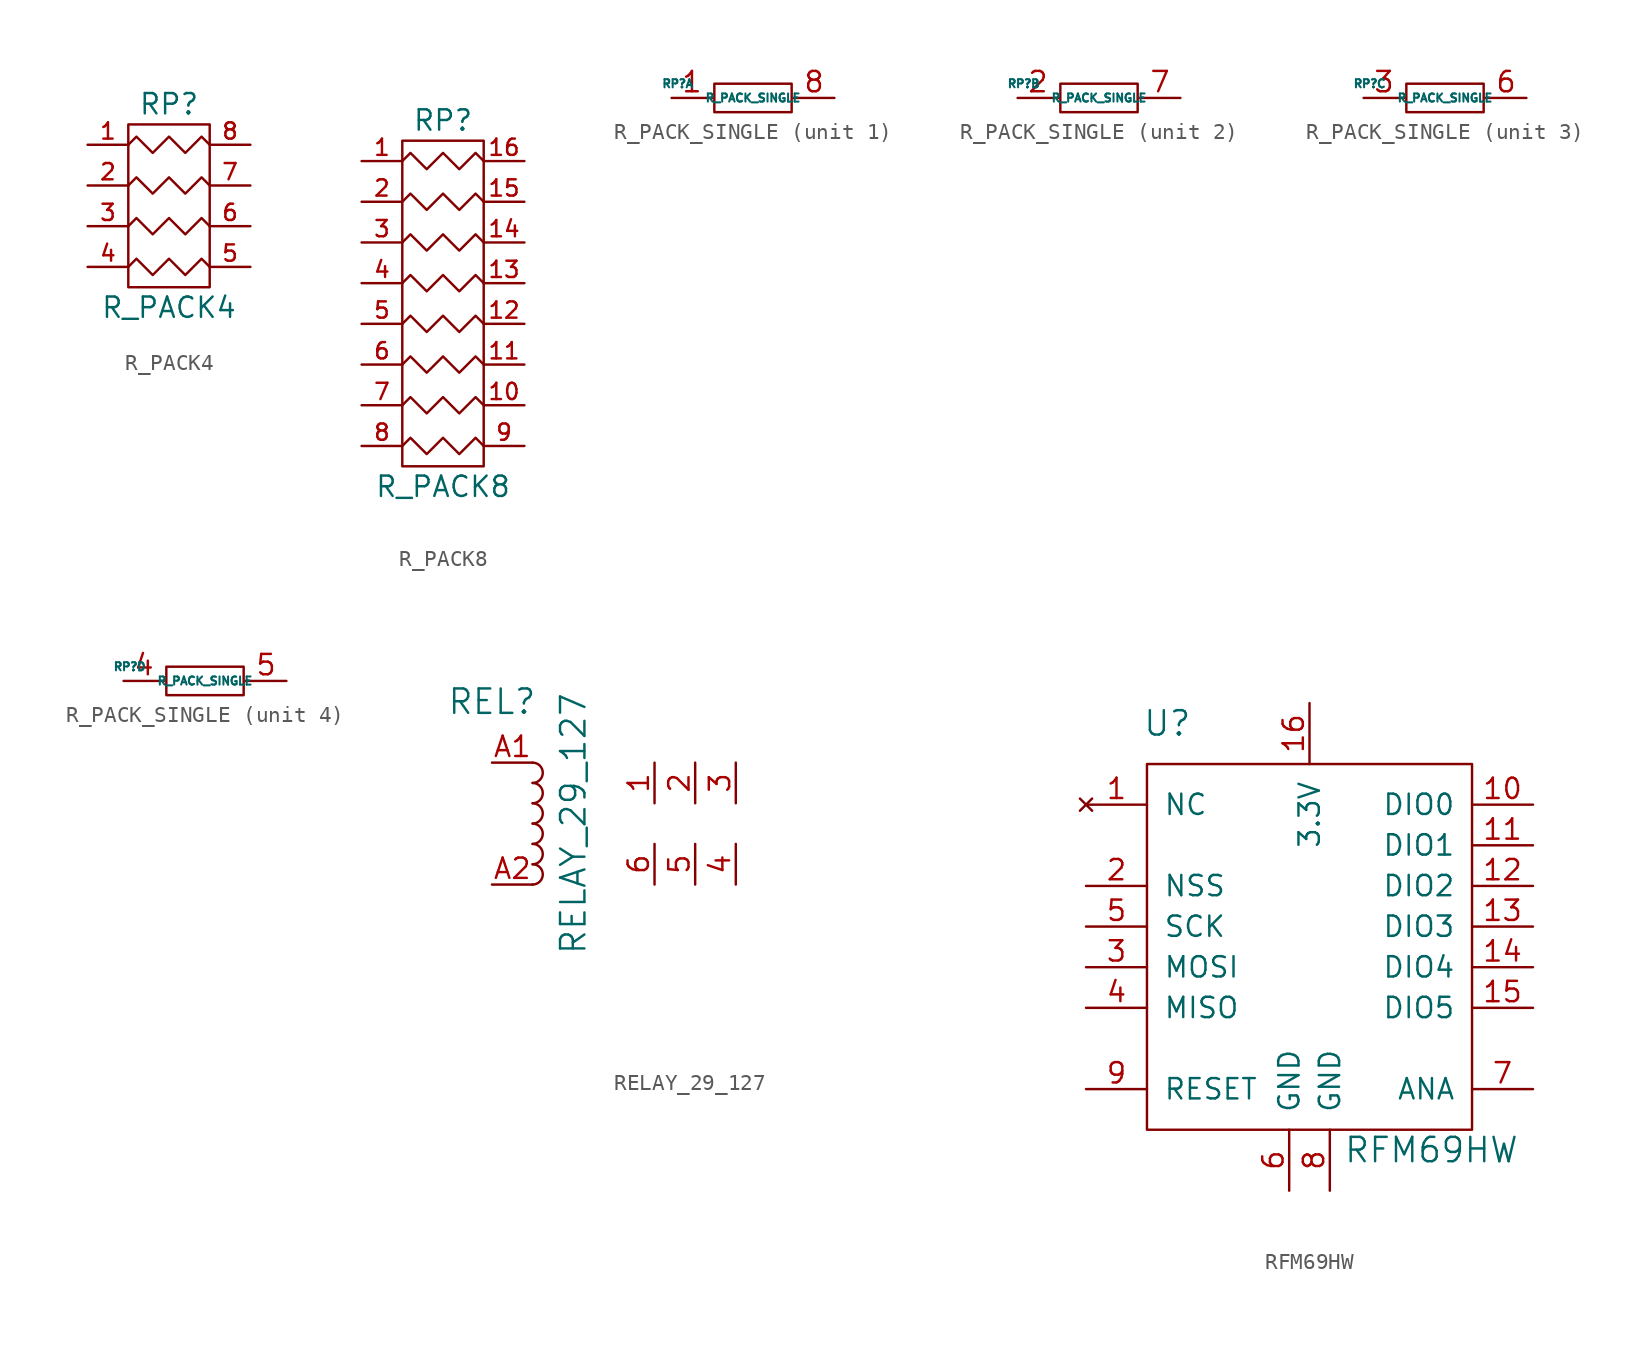
<source format=kicad_sym>
(kicad_symbol_lib
  (version 20210619)
  (generator kicad_symbol_editor)
  (symbol "tinkerforge:R_PACK4"
    (pin_names hide)
    (property "Reference" "RP"
      (at 0 11.43 0)
      (effects (font (size 1.27 1.27))))
    (property "Value" "R_PACK4"
      (at 0 -1.27 0)
      (effects (font (size 1.27 1.27))))
    (property "Footprint" ""
      (at 0 0 0)
      (effects (font (size 1.27 1.27))))
    (property "Datasheet" ""
      (at 0 0 0)
      (effects (font (size 1.27 1.27))))
    (symbol "R_PACK4_0_1"
      (polyline (pts (xy -2.54 10.16) (xy -2.54 0) (xy 2.54 0) (xy 2.54 10.16) (xy -2.54 10.16)) (stroke (width 0)) (fill (type none)))
      (polyline (pts (xy -2.54 1.27) (xy -2.032 1.778) (xy -1.016 0.762) (xy 0 1.778) (xy 1.016 0.762) (xy 2.032 1.778) (xy 2.54 1.27)) (stroke (width 0)) (fill (type none)))
      (polyline (pts (xy -2.54 3.81) (xy -2.032 4.318) (xy -1.016 3.302) (xy 0 4.318) (xy 1.016 3.302) (xy 2.032 4.318) (xy 2.54 3.81)) (stroke (width 0)) (fill (type none)))
      (polyline (pts (xy -2.54 6.35) (xy -2.032 6.858) (xy -1.016 5.842) (xy 0 6.858) (xy 1.016 5.842) (xy 2.032 6.858) (xy 2.54 6.35)) (stroke (width 0)) (fill (type none)))
      (polyline (pts (xy -2.54 8.89) (xy -2.032 9.398) (xy -1.016 8.382) (xy 0 9.398) (xy 1.016 8.382) (xy 2.032 9.398) (xy 2.54 8.89)) (stroke (width 0)) (fill (type none))))
    (symbol "R_PACK4_1_1"
      (pin passive line (at -5.08 8.89 0) (length 2.54) (name "P1" (effects (font (size 1.016 1.016)))) (number "1" (effects (font (size 1.016 1.016)))))
      (pin passive line (at -5.08 6.35 0) (length 2.54) (name "P2" (effects (font (size 1.016 1.016)))) (number "2" (effects (font (size 1.016 1.016)))))
      (pin passive line (at -5.08 3.81 0) (length 2.54) (name "P3" (effects (font (size 1.016 1.016)))) (number "3" (effects (font (size 1.016 1.016)))))
      (pin passive line (at -5.08 1.27 0) (length 2.54) (name "P4" (effects (font (size 1.016 1.016)))) (number "4" (effects (font (size 1.016 1.016)))))
      (pin passive line (at 5.08 1.27 180) (length 2.54) (name "R4" (effects (font (size 1.016 1.016)))) (number "5" (effects (font (size 1.016 1.016)))))
      (pin passive line (at 5.08 3.81 180) (length 2.54) (name "R3" (effects (font (size 1.016 1.016)))) (number "6" (effects (font (size 1.016 1.016)))))
      (pin passive line (at 5.08 6.35 180) (length 2.54) (name "R2" (effects (font (size 1.016 1.016)))) (number "7" (effects (font (size 1.016 1.016)))))
      (pin passive line (at 5.08 8.89 180) (length 2.54) (name "R1" (effects (font (size 1.016 1.016)))) (number "8" (effects (font (size 1.016 1.016)))))))
  (symbol "tinkerforge:R_PACK8"
    (pin_names hide)
    (property "Reference" "RP"
      (at 0 11.43 0)
      (effects (font (size 1.27 1.27))))
    (property "Value" "R_PACK8"
      (at 0 -11.43 0)
      (effects (font (size 1.27 1.27))))
    (property "Footprint" ""
      (at 0 0 0)
      (effects (font (size 1.27 1.27))))
    (property "Datasheet" ""
      (at 0 0 0)
      (effects (font (size 1.27 1.27))))
    (symbol "R_PACK8_0_1"
      (rectangle (start -2.54 10.16) (end 2.54 -10.16) (stroke (width 0)) (fill (type none)))
      (polyline (pts (xy -2.54 -8.89) (xy -2.032 -8.382) (xy -1.016 -9.398) (xy 0 -8.382) (xy 1.016 -9.398) (xy 2.032 -8.382) (xy 2.54 -8.89)) (stroke (width 0)) (fill (type none)))
      (polyline (pts (xy -2.54 -6.35) (xy -2.032 -5.842) (xy -1.016 -6.858) (xy 0 -5.842) (xy 1.016 -6.858) (xy 2.032 -5.842) (xy 2.54 -6.35)) (stroke (width 0)) (fill (type none)))
      (polyline (pts (xy -2.54 -3.81) (xy -2.032 -3.302) (xy -1.016 -4.318) (xy 0 -3.302) (xy 1.016 -4.318) (xy 2.032 -3.302) (xy 2.54 -3.81)) (stroke (width 0)) (fill (type none)))
      (polyline (pts (xy -2.54 -1.27) (xy -2.032 -0.762) (xy -1.016 -1.778) (xy 0 -0.762) (xy 1.016 -1.778) (xy 2.032 -0.762) (xy 2.54 -1.27)) (stroke (width 0)) (fill (type none)))
      (polyline (pts (xy -2.54 1.27) (xy -2.032 1.778) (xy -1.016 0.762) (xy 0 1.778) (xy 1.016 0.762) (xy 2.032 1.778) (xy 2.54 1.27)) (stroke (width 0)) (fill (type none)))
      (polyline (pts (xy -2.54 3.81) (xy -2.032 4.318) (xy -1.016 3.302) (xy 0 4.318) (xy 1.016 3.302) (xy 2.032 4.318) (xy 2.54 3.81)) (stroke (width 0)) (fill (type none)))
      (polyline (pts (xy -2.54 6.35) (xy -2.032 6.858) (xy -1.016 5.842) (xy 0 6.858) (xy 1.016 5.842) (xy 2.032 6.858) (xy 2.54 6.35)) (stroke (width 0)) (fill (type none)))
      (polyline (pts (xy -2.54 8.89) (xy -2.032 9.398) (xy -1.016 8.382) (xy 0 9.398) (xy 1.016 8.382) (xy 2.032 9.398) (xy 2.54 8.89)) (stroke (width 0)) (fill (type none))))
    (symbol "R_PACK8_1_1"
      (pin passive line (at -5.08 8.89 0) (length 2.54) (name "P1" (effects (font (size 1.016 1.016)))) (number "1" (effects (font (size 1.016 1.016)))))
      (pin passive line (at 5.08 -6.35 180) (length 2.54) (name "R7" (effects (font (size 1.016 1.016)))) (number "10" (effects (font (size 1.016 1.016)))))
      (pin passive line (at 5.08 -3.81 180) (length 2.54) (name "R6" (effects (font (size 1.016 1.016)))) (number "11" (effects (font (size 1.016 1.016)))))
      (pin passive line (at 5.08 -1.27 180) (length 2.54) (name "R5" (effects (font (size 1.016 1.016)))) (number "12" (effects (font (size 1.016 1.016)))))
      (pin passive line (at 5.08 1.27 180) (length 2.54) (name "R4" (effects (font (size 1.016 1.016)))) (number "13" (effects (font (size 1.016 1.016)))))
      (pin passive line (at 5.08 3.81 180) (length 2.54) (name "R3" (effects (font (size 1.016 1.016)))) (number "14" (effects (font (size 1.016 1.016)))))
      (pin passive line (at 5.08 6.35 180) (length 2.54) (name "R2" (effects (font (size 1.016 1.016)))) (number "15" (effects (font (size 1.016 1.016)))))
      (pin passive line (at 5.08 8.89 180) (length 2.54) (name "R1" (effects (font (size 1.016 1.016)))) (number "16" (effects (font (size 1.016 1.016)))))
      (pin passive line (at -5.08 6.35 0) (length 2.54) (name "P2" (effects (font (size 1.016 1.016)))) (number "2" (effects (font (size 1.016 1.016)))))
      (pin passive line (at -5.08 3.81 0) (length 2.54) (name "P3" (effects (font (size 1.016 1.016)))) (number "3" (effects (font (size 1.016 1.016)))))
      (pin passive line (at -5.08 1.27 0) (length 2.54) (name "P4" (effects (font (size 1.016 1.016)))) (number "4" (effects (font (size 1.016 1.016)))))
      (pin passive line (at -5.08 -1.27 0) (length 2.54) (name "P5" (effects (font (size 1.016 1.016)))) (number "5" (effects (font (size 1.016 1.016)))))
      (pin passive line (at -5.08 -3.81 0) (length 2.54) (name "P6" (effects (font (size 1.016 1.016)))) (number "6" (effects (font (size 1.016 1.016)))))
      (pin passive line (at -5.08 -6.35 0) (length 2.54) (name "P7" (effects (font (size 1.016 1.016)))) (number "7" (effects (font (size 1.016 1.016)))))
      (pin passive line (at -5.08 -8.89 0) (length 2.54) (name "P8" (effects (font (size 1.016 1.016)))) (number "8" (effects (font (size 1.016 1.016)))))
      (pin passive line (at 5.08 -8.89 180) (length 2.54) (name "R8" (effects (font (size 1.016 1.016)))) (number "9" (effects (font (size 1.016 1.016)))))))
  (symbol "tinkerforge:R_PACK_SINGLE"
    (pin_names
      (offset 1.016))
    (property "Reference" "RP"
      (at -4.699 0.889 0)
      (effects (font (size 0.508 0.508))))
    (property "Value" "R_PACK_SINGLE"
      (at 0 0 0)
      (effects (font (size 0.508 0.508))))
    (property "Footprint" ""
      (at 0 0 0)
      (effects (font (size 1.524 1.524))))
    (property "Datasheet" ""
      (at 0 0 0)
      (effects (font (size 1.524 1.524))))
    (symbol "R_PACK_SINGLE_0_1"
      (rectangle (start -2.413 0.889) (end 2.413 -0.889) (stroke (width 0)) (fill (type none))))
    (symbol "R_PACK_SINGLE_1_1"
      (pin passive line (at -5.08 0 0) (length 2.54) (name "~" (effects (font (size 1.27 1.27)))) (number "1" (effects (font (size 1.27 1.27)))))
      (pin passive line (at 5.08 0 180) (length 2.54) (name "~" (effects (font (size 1.27 1.27)))) (number "8" (effects (font (size 1.27 1.27))))))
    (symbol "R_PACK_SINGLE_2_1"
      (pin passive line (at -5.08 0 0) (length 2.54) (name "~" (effects (font (size 1.27 1.27)))) (number "2" (effects (font (size 1.27 1.27)))))
      (pin passive line (at 5.08 0 180) (length 2.54) (name "~" (effects (font (size 1.27 1.27)))) (number "7" (effects (font (size 1.27 1.27))))))
    (symbol "R_PACK_SINGLE_3_1"
      (pin passive line (at -5.08 0 0) (length 2.54) (name "~" (effects (font (size 1.27 1.27)))) (number "3" (effects (font (size 1.27 1.27)))))
      (pin passive line (at 5.08 0 180) (length 2.54) (name "~" (effects (font (size 1.27 1.27)))) (number "6" (effects (font (size 1.27 1.27))))))
    (symbol "R_PACK_SINGLE_4_1"
      (pin passive line (at -5.08 0 0) (length 2.54) (name "~" (effects (font (size 1.27 1.27)))) (number "4" (effects (font (size 1.27 1.27)))))
      (pin passive line (at 5.08 0 180) (length 2.54) (name "~" (effects (font (size 1.27 1.27)))) (number "5" (effects (font (size 1.27 1.27)))))))
  (symbol "tinkerforge:RELAY_29_127"
    (pin_names
      (offset 1.016))
    (property "Reference" "REL"
      (at -7.62 7.62 0)
      (effects (font (size 1.524 1.524))))
    (property "Value" "RELAY_29_127"
      (at -2.54 0 90)
      (effects (font (size 1.524 1.524))))
    (property "Footprint" ""
      (at 19.05 -12.7 0)
      (effects (font (size 1.524 1.524))))
    (property "Datasheet" ""
      (at 19.05 -12.7 0)
      (effects (font (size 1.524 1.524))))
    (symbol "RELAY_29_127_0_1"
      (arc (start -5.08 -3.81) (end -5.08 -2.54) (radius (at -5.08 -3.175) (length 0.635) (angles -89.9 89.9)) (stroke (width 0)) (fill (type none)))
      (arc (start -5.08 -2.54) (end -5.08 -1.27) (radius (at -5.08 -1.905) (length 0.635) (angles -89.9 89.9)) (stroke (width 0)) (fill (type none)))
      (arc (start -5.08 -1.27) (end -5.08 0) (radius (at -5.08 -0.635) (length 0.635) (angles -89.9 89.9)) (stroke (width 0)) (fill (type none)))
      (arc (start -5.08 0) (end -5.08 1.27) (radius (at -5.08 0.635) (length 0.635) (angles -89.9 89.9)) (stroke (width 0)) (fill (type none)))
      (arc (start -5.08 1.27) (end -5.08 2.54) (radius (at -5.08 1.905) (length 0.635) (angles -89.9 89.9)) (stroke (width 0)) (fill (type none)))
      (arc (start -5.08 2.54) (end -5.08 3.81) (radius (at -5.08 3.175) (length 0.635) (angles -89.9 89.9)) (stroke (width 0)) (fill (type none))))
    (symbol "RELAY_29_127_1_1"
      (pin passive line (at 2.54 3.81 270) (length 2.54) (name "~" (effects (font (size 1.27 1.27)))) (number "1" (effects (font (size 1.27 1.27)))))
      (pin passive line (at 5.08 3.81 270) (length 2.54) (name "~" (effects (font (size 1.27 1.27)))) (number "2" (effects (font (size 1.27 1.27)))))
      (pin passive line (at 7.62 3.81 270) (length 2.54) (name "~" (effects (font (size 1.27 1.27)))) (number "3" (effects (font (size 1.27 1.27)))))
      (pin passive line (at 7.62 -3.81 90) (length 2.54) (name "~" (effects (font (size 1.27 1.27)))) (number "4" (effects (font (size 1.27 1.27)))))
      (pin passive line (at 5.08 -3.81 90) (length 2.54) (name "~" (effects (font (size 1.27 1.27)))) (number "5" (effects (font (size 1.27 1.27)))))
      (pin passive line (at 2.54 -3.81 90) (length 2.54) (name "~" (effects (font (size 1.27 1.27)))) (number "6" (effects (font (size 1.27 1.27)))))
      (pin passive line (at -7.62 3.81 0) (length 2.54) (name "~" (effects (font (size 1.27 1.27)))) (number "A1" (effects (font (size 1.27 1.27)))))
      (pin passive line (at -7.62 -3.81 0) (length 2.54) (name "~" (effects (font (size 1.27 1.27)))) (number "A2" (effects (font (size 1.27 1.27)))))))
  (symbol "tinkerforge:RFM69HW"
    (pin_names
      (offset 1.016))
    (property "Reference" "U"
      (at -8.89 13.97 0)
      (effects (font (size 1.524 1.524))))
    (property "Value" "RFM69HW"
      (at 7.62 -12.7 0)
      (effects (font (size 1.524 1.524))))
    (property "Footprint" ""
      (at -8.89 13.97 0)
      (effects (font (size 1.524 1.524))))
    (property "Datasheet" ""
      (at -8.89 13.97 0)
      (effects (font (size 1.524 1.524))))
    (symbol "RFM69HW_0_1"
      (rectangle (start -10.16 11.43) (end 10.16 -11.43) (stroke (width 0)) (fill (type none))))
    (symbol "RFM69HW_1_1"
      (pin no_connect line (at -13.97 8.89 0) (length 3.81) (name "NC" (effects (font (size 1.27 1.27)))) (number "1" (effects (font (size 1.27 1.27)))))
      (pin passive line (at 13.97 8.89 180) (length 3.81) (name "DIO0" (effects (font (size 1.27 1.27)))) (number "10" (effects (font (size 1.27 1.27)))))
      (pin passive line (at 13.97 6.35 180) (length 3.81) (name "DIO1" (effects (font (size 1.27 1.27)))) (number "11" (effects (font (size 1.27 1.27)))))
      (pin passive line (at 13.97 3.81 180) (length 3.81) (name "DIO2" (effects (font (size 1.27 1.27)))) (number "12" (effects (font (size 1.27 1.27)))))
      (pin passive line (at 13.97 1.27 180) (length 3.81) (name "DIO3" (effects (font (size 1.27 1.27)))) (number "13" (effects (font (size 1.27 1.27)))))
      (pin passive line (at 13.97 -1.27 180) (length 3.81) (name "DIO4" (effects (font (size 1.27 1.27)))) (number "14" (effects (font (size 1.27 1.27)))))
      (pin passive line (at 13.97 -3.81 180) (length 3.81) (name "DIO5" (effects (font (size 1.27 1.27)))) (number "15" (effects (font (size 1.27 1.27)))))
      (pin passive line (at 0 15.24 270) (length 3.81) (name "3.3V" (effects (font (size 1.27 1.27)))) (number "16" (effects (font (size 1.27 1.27)))))
      (pin passive line (at -13.97 3.81 0) (length 3.81) (name "NSS" (effects (font (size 1.27 1.27)))) (number "2" (effects (font (size 1.27 1.27)))))
      (pin passive line (at -13.97 -1.27 0) (length 3.81) (name "MOSI" (effects (font (size 1.27 1.27)))) (number "3" (effects (font (size 1.27 1.27)))))
      (pin passive line (at -13.97 -3.81 0) (length 3.81) (name "MISO" (effects (font (size 1.27 1.27)))) (number "4" (effects (font (size 1.27 1.27)))))
      (pin passive line (at -13.97 1.27 0) (length 3.81) (name "SCK" (effects (font (size 1.27 1.27)))) (number "5" (effects (font (size 1.27 1.27)))))
      (pin passive line (at -1.27 -15.24 90) (length 3.81) (name "GND" (effects (font (size 1.27 1.27)))) (number "6" (effects (font (size 1.27 1.27)))))
      (pin passive line (at 13.97 -8.89 180) (length 3.81) (name "ANA" (effects (font (size 1.27 1.27)))) (number "7" (effects (font (size 1.27 1.27)))))
      (pin passive line (at 1.27 -15.24 90) (length 3.81) (name "GND" (effects (font (size 1.27 1.27)))) (number "8" (effects (font (size 1.27 1.27)))))
      (pin passive line (at -13.97 -8.89 0) (length 3.81) (name "RESET" (effects (font (size 1.27 1.27)))) (number "9" (effects (font (size 1.27 1.27))))))))
</source>
